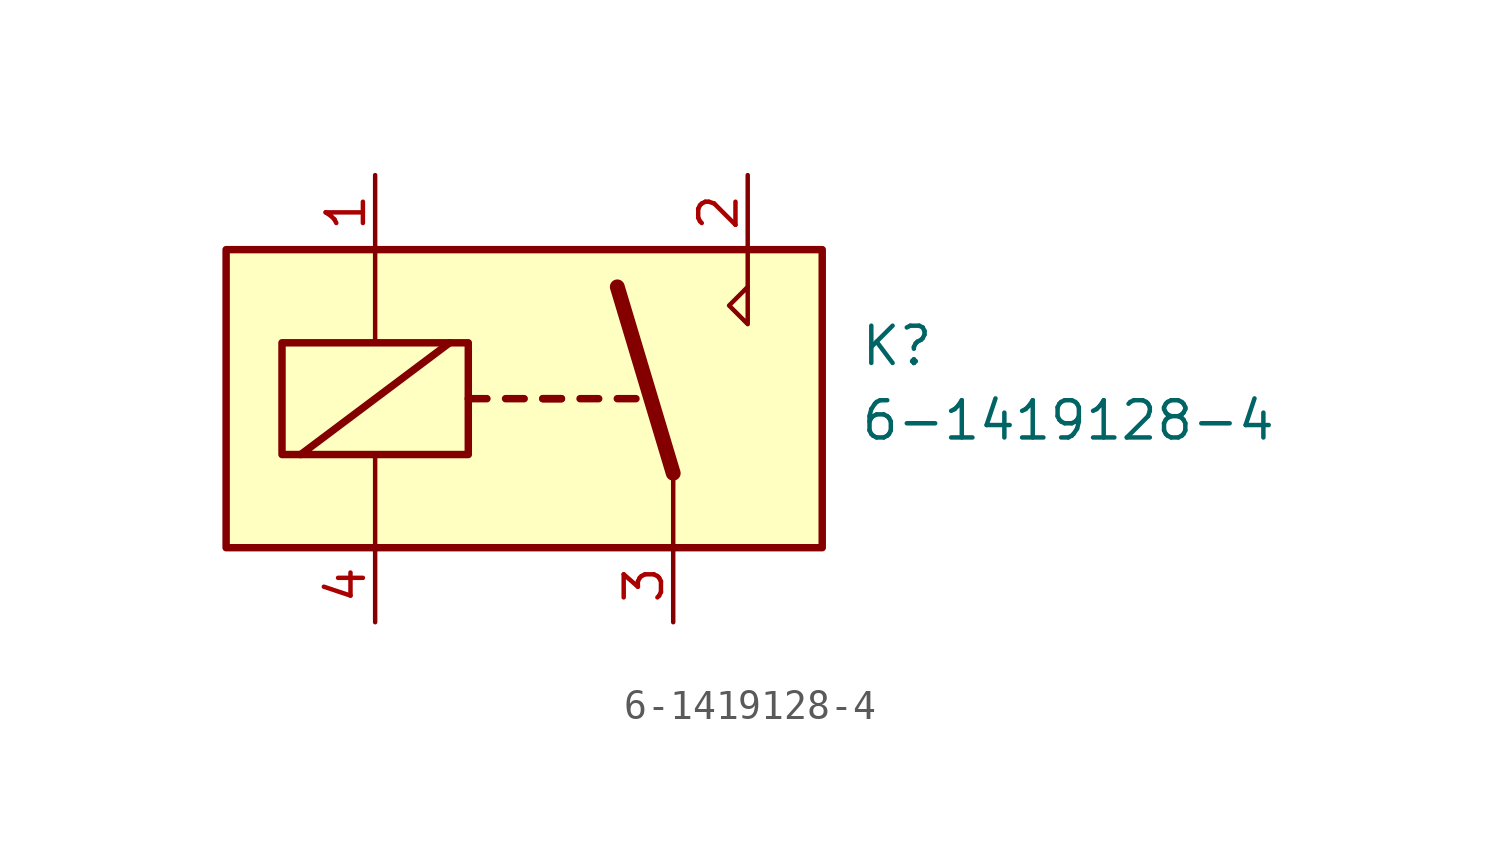
<source format=kicad_sym>
(kicad_symbol_lib
  (version 20220914)
  (generator kicad_symbol_editor)
  (symbol "6-1419128-4"
    (property "Reference" "K"
      (at 11.43 2.54 0)
      (effects (font (size 1.27 1.27)) (justify left top)))
    (property "Value" "6-1419128-4"
      (at 11.43 0 0)
      (effects (font (size 1.27 1.27)) (justify left top)))
    (symbol "6-1419128-4_1_1"
      (rectangle (start -10.16 5.08) (end 10.16 -5.08) (stroke (width 0.254) (type default)) (fill (type background)))
      (rectangle (start -8.255 1.905) (end -1.905 -1.905) (stroke (width 0.254) (type default)) (fill (type none)))
      (polyline (pts (xy -7.62 -1.905) (xy -2.54 1.905)) (stroke (width 0.254) (type default)) (fill (type none)))
      (polyline (pts (xy -5.08 -5.08) (xy -5.08 -1.905)) (stroke (width 0) (type default)) (fill (type none)))
      (polyline (pts (xy -5.08 5.08) (xy -5.08 1.905)) (stroke (width 0) (type default)) (fill (type none)))
      (polyline (pts (xy -1.905 0) (xy -1.27 0)) (stroke (width 0.254) (type default)) (fill (type none)))
      (polyline (pts (xy -0.635 0) (xy 0 0)) (stroke (width 0.254) (type default)) (fill (type none)))
      (polyline (pts (xy 0.635 0) (xy 1.27 0)) (stroke (width 0.254) (type default)) (fill (type none)))
      (polyline (pts (xy 0.635 0) (xy 1.27 0)) (stroke (width 0.254) (type default)) (fill (type none)))
      (polyline (pts (xy 1.905 0) (xy 2.54 0)) (stroke (width 0.254) (type default)) (fill (type none)))
      (polyline (pts (xy 3.175 0) (xy 3.81 0)) (stroke (width 0.254) (type default)) (fill (type none)))
      (polyline (pts (xy 5.08 -2.54) (xy 3.175 3.81)) (stroke (width 0.508) (type default)) (fill (type none)))
      (polyline (pts (xy 5.08 -2.54) (xy 5.08 -5.08)) (stroke (width 0) (type default)) (fill (type none)))
      (polyline (pts (xy 7.62 3.81) (xy 7.62 5.08)) (stroke (width 0) (type default)) (fill (type none)))
      (polyline (pts (xy 7.62 3.81) (xy 7.62 2.54) (xy 6.985 3.175) (xy 7.62 3.81)) (stroke (width 0) (type default)) (fill (type none)))
      (pin passive line (at -5.08 7.62 270) (length 2.54) (name "" (effects (font (size 1.27 1.27)))) (number "1" (effects (font (size 1.27 1.27)))))
      (pin passive line (at 7.62 7.62 270) (length 2.54) (name "~" (effects (font (size 1.27 1.27)))) (number "2" (effects (font (size 1.27 1.27)))))
      (pin passive line (at 5.08 -7.62 90) (length 2.54) (name "~" (effects (font (size 1.27 1.27)))) (number "3" (effects (font (size 1.27 1.27)))))
      (pin passive line (at -5.08 -7.62 90) (length 2.54) (name "" (effects (font (size 1.27 1.27)))) (number "4" (effects (font (size 1.27 1.27))))))))
</source>
